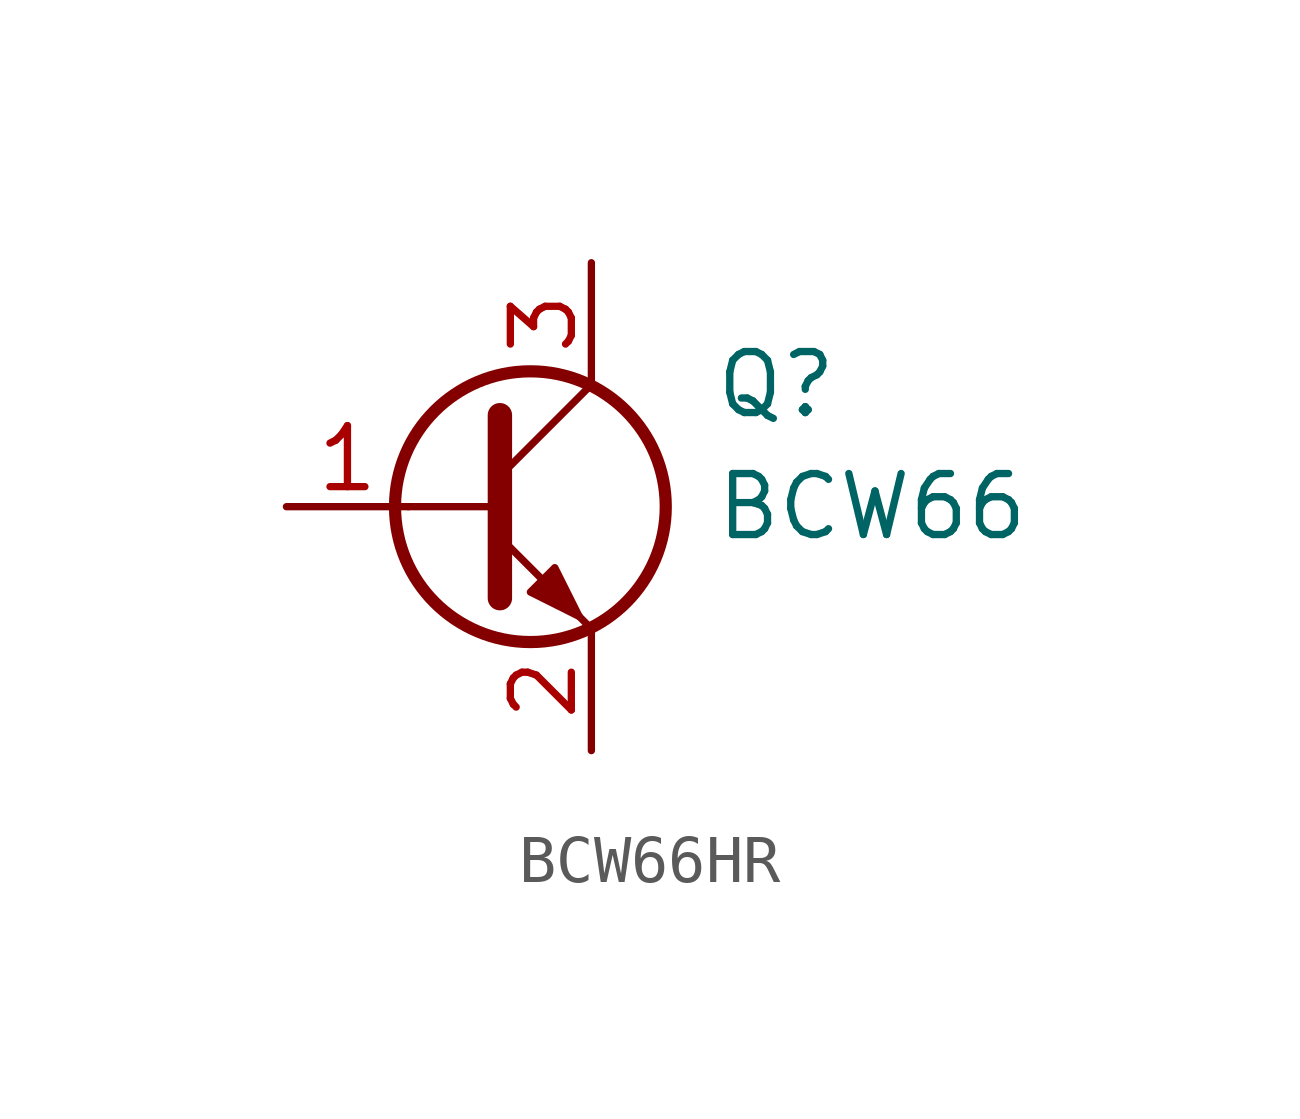
<source format=kicad_sym>
(kicad_symbol_lib
  (version 20220914)
  (generator kicad_symbol_editor)
  (symbol "BCW66HR"
    (pin_names
      (offset 0) hide)
    (property "Reference" "Q"
      (at 5.08 2.54 0)
      (effects (font (size 1.27 1.27)) (justify left)))
    (property "Value" "BCW66"
      (at 5.08 0 0)
      (effects (font (size 1.27 1.27)) (justify left)))
    (symbol "BCW66HR_0_1"
      (polyline (pts (xy -1.27 0) (xy 0.635 0)) (stroke (width 0) (type default)) (fill (type none)))
      (polyline (pts (xy 0.635 0.635) (xy 2.54 2.54)) (stroke (width 0) (type default)) (fill (type none)))
      (polyline (pts (xy 0.635 -0.635) (xy 2.54 -2.54) (xy 2.54 -2.54)) (stroke (width 0) (type default)) (fill (type none)))
      (polyline (pts (xy 0.635 1.905) (xy 0.635 -1.905) (xy 0.635 -1.905)) (stroke (width 0.508) (type default)) (fill (type none)))
      (polyline (pts (xy 1.27 -1.778) (xy 1.778 -1.27) (xy 2.286 -2.286) (xy 1.27 -1.778) (xy 1.27 -1.778)) (stroke (width 0) (type default)) (fill (type outline)))
      (circle (center 1.27 0) (radius 2.819) (stroke (width 0.254) (type default)) (fill (type none))))
    (symbol "BCW66HR_1_1"
      (pin input line (at -3.81 0 0) (length 2.54) (name "B" (effects (font (size 1.27 1.27)))) (number "1" (effects (font (size 1.27 1.27)))))
      (pin passive line (at 2.54 -5.08 90) (length 2.54) (name "E" (effects (font (size 1.27 1.27)))) (number "2" (effects (font (size 1.27 1.27)))))
      (pin passive line (at 2.54 5.08 270) (length 2.54) (name "C" (effects (font (size 1.27 1.27)))) (number "3" (effects (font (size 1.27 1.27))))))))
</source>
